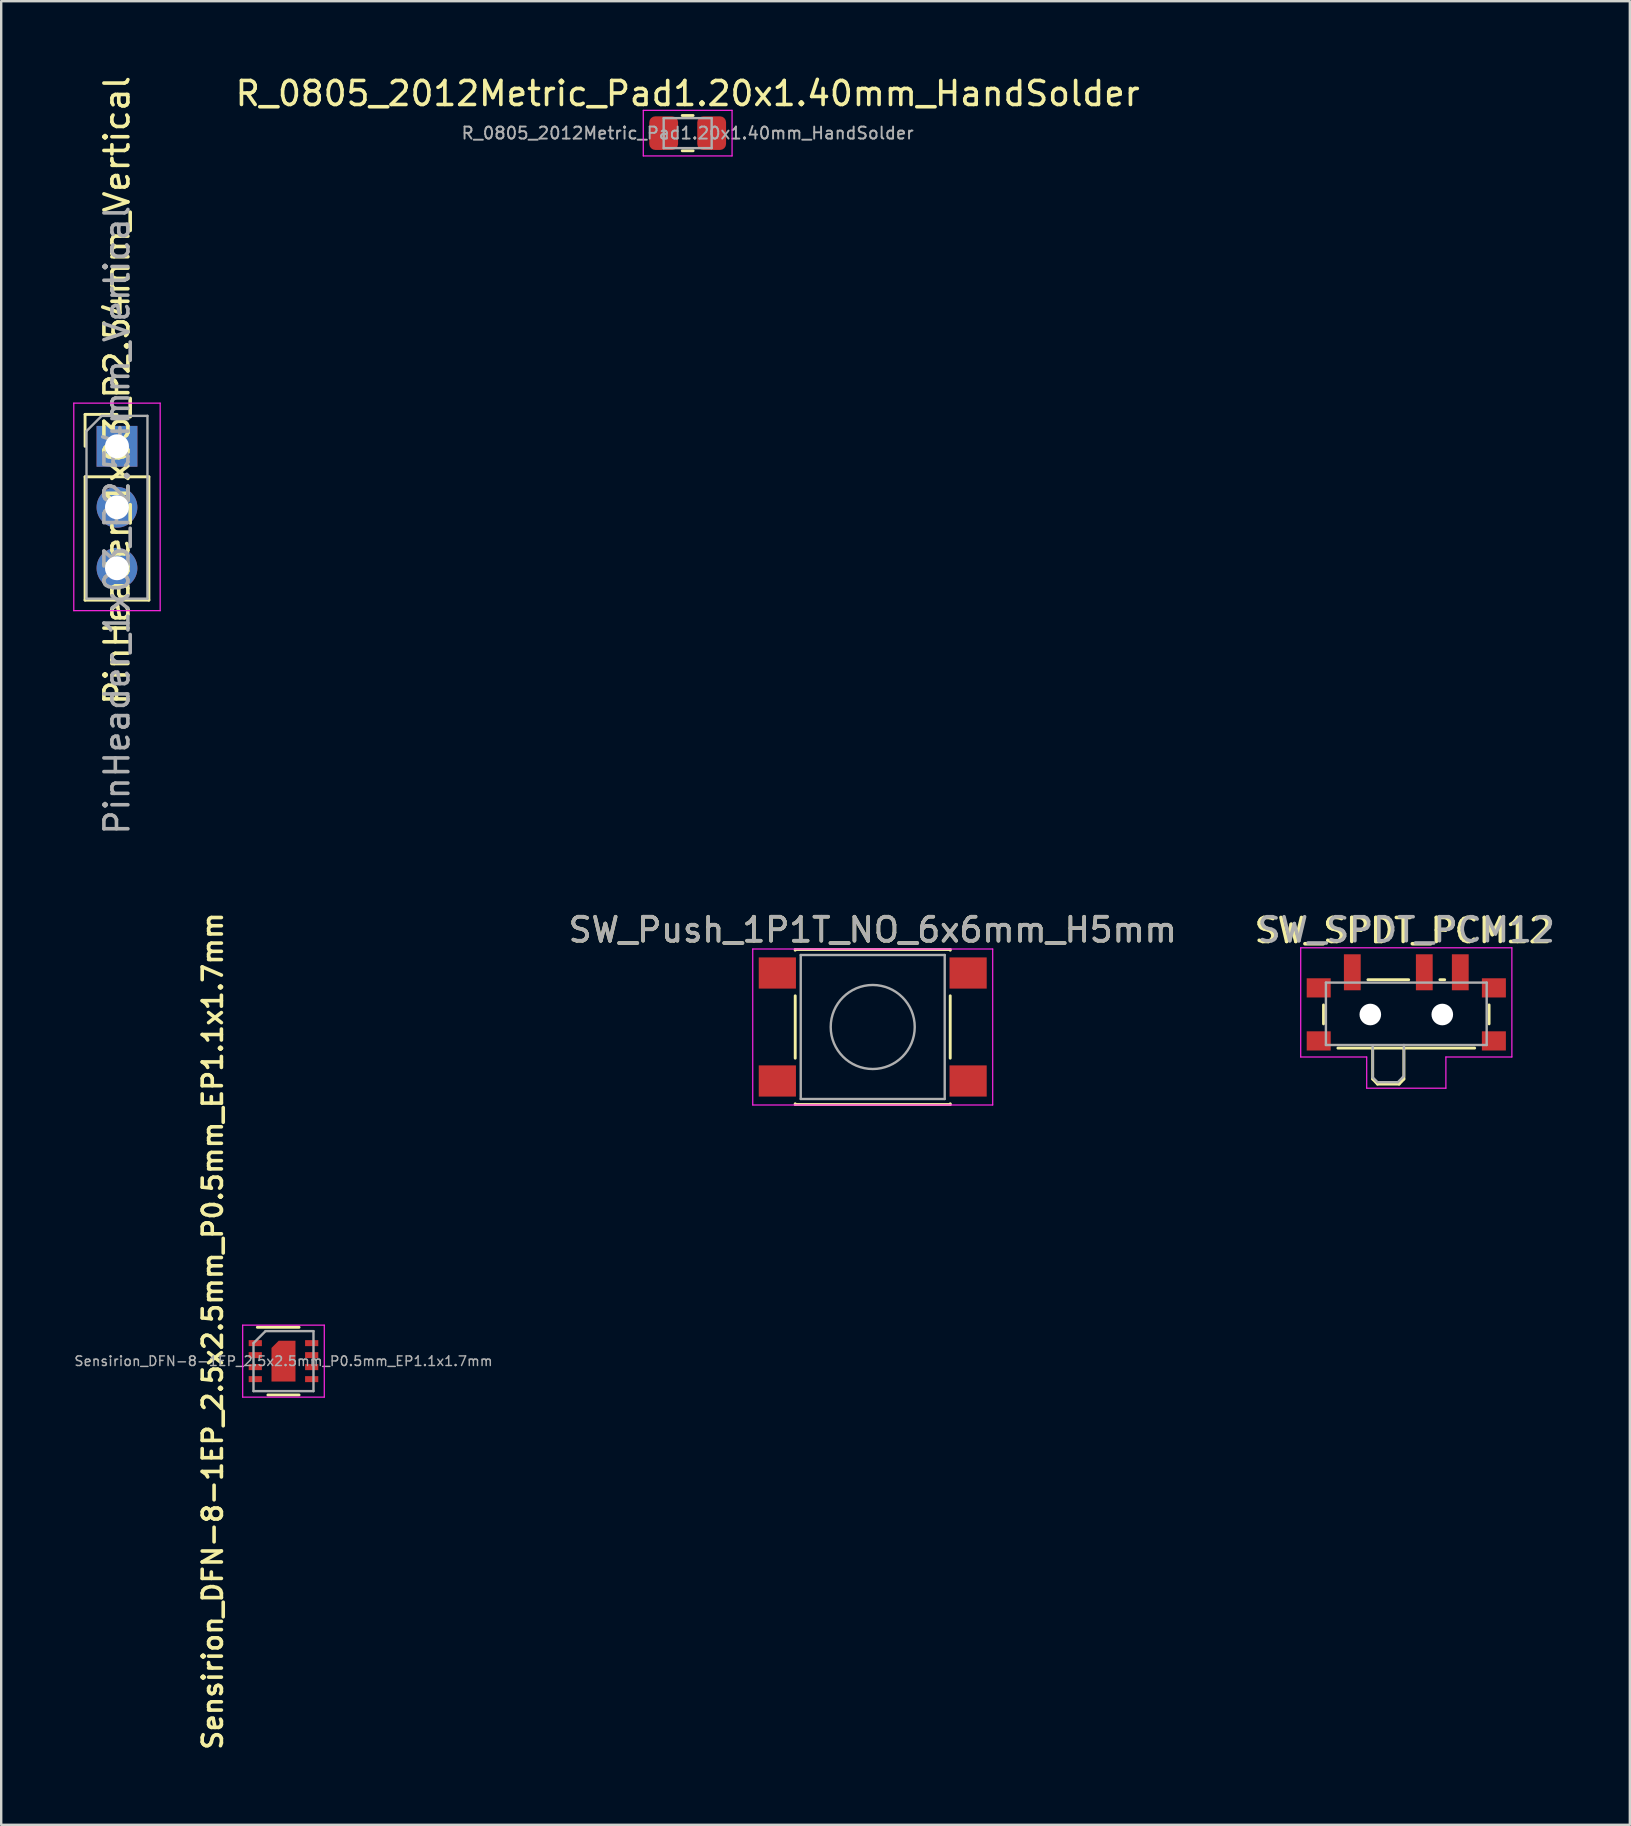
<source format=kicad_pcb>
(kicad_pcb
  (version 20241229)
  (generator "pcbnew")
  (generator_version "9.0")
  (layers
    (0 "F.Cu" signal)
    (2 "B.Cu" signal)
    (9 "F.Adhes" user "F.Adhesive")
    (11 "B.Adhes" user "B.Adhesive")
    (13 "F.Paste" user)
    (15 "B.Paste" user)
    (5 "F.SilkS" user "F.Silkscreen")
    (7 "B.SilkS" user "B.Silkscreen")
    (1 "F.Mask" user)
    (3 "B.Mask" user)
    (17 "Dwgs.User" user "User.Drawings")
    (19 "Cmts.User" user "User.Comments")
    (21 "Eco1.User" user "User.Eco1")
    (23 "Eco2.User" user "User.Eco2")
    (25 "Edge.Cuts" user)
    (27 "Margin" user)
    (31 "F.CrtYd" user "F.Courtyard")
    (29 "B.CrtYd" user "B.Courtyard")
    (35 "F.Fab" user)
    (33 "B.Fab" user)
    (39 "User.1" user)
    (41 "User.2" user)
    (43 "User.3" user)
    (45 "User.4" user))
  (footprint "PinHeader_1x03_P2.54mm_Vertical"
    (layer "F.Cu")
    (at 1.825 15.55)
    (property "Reference" "PinHeader_1x03_P2.54mm_Vertical" (at 0 -2.33 90) (layer "F.SilkS") (effects (font (size 1 1) (thickness 0.15))))
    (attr through_hole)
    (fp_line (start -1.33 -1.33) (end 0 -1.33) (stroke (width 0.12) (type solid)) (layer "F.SilkS"))
    (fp_line (start -1.33 0) (end -1.33 -1.33) (stroke (width 0.12) (type solid)) (layer "F.SilkS"))
    (fp_line (start -1.33 1.27) (end -1.33 6.41) (stroke (width 0.12) (type solid)) (layer "F.SilkS"))
    (fp_line (start -1.33 1.27) (end 1.33 1.27) (stroke (width 0.12) (type solid)) (layer "F.SilkS"))
    (fp_line (start -1.33 6.41) (end 1.33 6.41) (stroke (width 0.12) (type solid)) (layer "F.SilkS"))
    (fp_line (start 1.33 1.27) (end 1.33 6.41) (stroke (width 0.12) (type solid)) (layer "F.SilkS"))
    (fp_line (start -1.8 -1.8) (end -1.8 6.85) (stroke (width 0.05) (type solid)) (layer "F.CrtYd"))
    (fp_line (start -1.8 6.85) (end 1.8 6.85) (stroke (width 0.05) (type solid)) (layer "F.CrtYd"))
    (fp_line (start 1.8 -1.8) (end -1.8 -1.8) (stroke (width 0.05) (type solid)) (layer "F.CrtYd"))
    (fp_line (start 1.8 6.85) (end 1.8 -1.8) (stroke (width 0.05) (type solid)) (layer "F.CrtYd"))
    (fp_line (start -1.27 -0.635) (end -0.635 -1.27) (stroke (width 0.1) (type solid)) (layer "F.Fab"))
    (fp_line (start -1.27 6.35) (end -1.27 -0.635) (stroke (width 0.1) (type solid)) (layer "F.Fab"))
    (fp_line (start -0.635 -1.27) (end 1.27 -1.27) (stroke (width 0.1) (type solid)) (layer "F.Fab"))
    (fp_line (start 1.27 -1.27) (end 1.27 6.35) (stroke (width 0.1) (type solid)) (layer "F.Fab"))
    (fp_line (start 1.27 6.35) (end -1.27 6.35) (stroke (width 0.1) (type solid)) (layer "F.Fab"))
    (fp_text user "${REFERENCE}" (at 0 3.08 90) (layer "F.Fab") (effects (font (size 1 1) (thickness 0.15))))
    (pad "1" thru_hole rect (at 0 0) (size 1.7 1.7) (drill 1) (layers "*.Cu" "*.Mask"))
    (pad "2" thru_hole oval (at 0 2.54) (size 1.7 1.7) (drill 1) (layers "*.Cu" "*.Mask"))
    (pad "3" thru_hole oval (at 0 5.08) (size 1.7 1.7) (drill 1) (layers "*.Cu" "*.Mask")))
  (footprint "SW_SPDT_PCM12"
    (layer "F.Cu")
    (at 55.556 38.899)
    (property "Reference" "SW_SPDT_PCM12" (at -0.129 -3.17 180) (layer "F.SilkS") (effects (font (size 1 1) (thickness 0.15))))
    (attr smd)
    (fp_line (start -3.45 -0.07) (end -3.45 0.72) (stroke (width 0.12) (type solid)) (layer "F.SilkS"))
    (fp_line (start -2.85 1.73) (end 2.85 1.73) (stroke (width 0.12) (type solid)) (layer "F.SilkS"))
    (fp_line (start -1.6 -1.12) (end 0.1 -1.12) (stroke (width 0.12) (type solid)) (layer "F.SilkS"))
    (fp_line (start -1.4 1.73) (end -1.4 3.02) (stroke (width 0.12) (type solid)) (layer "F.SilkS"))
    (fp_line (start -1.4 3.02) (end -1.2 3.23) (stroke (width 0.12) (type solid)) (layer "F.SilkS"))
    (fp_line (start -1.2 3.23) (end -0.3 3.23) (stroke (width 0.12) (type solid)) (layer "F.SilkS"))
    (fp_line (start -0.1 3.02) (end -0.3 3.23) (stroke (width 0.12) (type solid)) (layer "F.SilkS"))
    (fp_line (start -0.1 3.02) (end -0.1 1.73) (stroke (width 0.12) (type solid)) (layer "F.SilkS"))
    (fp_line (start 1.4 -1.12) (end 1.6 -1.12) (stroke (width 0.12) (type solid)) (layer "F.SilkS"))
    (fp_line (start 3.45 0.72) (end 3.45 -0.07) (stroke (width 0.12) (type solid)) (layer "F.SilkS"))
    (fp_line (start -4.4 -2.45) (end 4.4 -2.45) (stroke (width 0.05) (type solid)) (layer "F.CrtYd"))
    (fp_line (start -4.4 2.1) (end -4.4 -2.45) (stroke (width 0.05) (type solid)) (layer "F.CrtYd"))
    (fp_line (start -1.65 2.1) (end -4.4 2.1) (stroke (width 0.05) (type solid)) (layer "F.CrtYd"))
    (fp_line (start -1.65 3.4) (end -1.65 2.1) (stroke (width 0.05) (type solid)) (layer "F.CrtYd"))
    (fp_line (start 1.65 2.1) (end 1.65 3.4) (stroke (width 0.05) (type solid)) (layer "F.CrtYd"))
    (fp_line (start 1.65 3.4) (end -1.65 3.4) (stroke (width 0.05) (type solid)) (layer "F.CrtYd"))
    (fp_line (start 4.4 -2.45) (end 4.4 2.1) (stroke (width 0.05) (type solid)) (layer "F.CrtYd"))
    (fp_line (start 4.4 2.1) (end 1.65 2.1) (stroke (width 0.05) (type solid)) (layer "F.CrtYd"))
    (fp_line (start -3.35 -1) (end -3.35 1.6) (stroke (width 0.1) (type solid)) (layer "F.Fab"))
    (fp_line (start -3.35 1.6) (end 3.35 1.6) (stroke (width 0.1) (type solid)) (layer "F.Fab"))
    (fp_line (start -1.4 1.65) (end -1.4 2.95) (stroke (width 0.1) (type solid)) (layer "F.Fab"))
    (fp_line (start -1.4 2.95) (end -1.2 3.15) (stroke (width 0.1) (type solid)) (layer "F.Fab"))
    (fp_line (start -1.2 3.15) (end -0.35 3.15) (stroke (width 0.1) (type solid)) (layer "F.Fab"))
    (fp_line (start -0.35 3.15) (end -0.15 2.95) (stroke (width 0.1) (type solid)) (layer "F.Fab"))
    (fp_line (start -0.15 2.95) (end -0.1 2.9) (stroke (width 0.1) (type solid)) (layer "F.Fab"))
    (fp_line (start -0.1 2.9) (end -0.1 1.6) (stroke (width 0.1) (type solid)) (layer "F.Fab"))
    (fp_line (start 3.35 -1) (end -3.35 -1) (stroke (width 0.1) (type solid)) (layer "F.Fab"))
    (fp_line (start 3.35 1.6) (end 3.35 -1) (stroke (width 0.1) (type solid)) (layer "F.Fab"))
    (fp_text user "${REFERENCE}" (at 0 -3.2 180) (layer "F.Fab") (effects (font (size 1 1) (thickness 0.15))))
    (pad "" smd rect (at -3.65 -0.78) (size 1 0.8) (layers "F.Cu" "F.Mask" "F.Paste"))
    (pad "" smd rect (at -3.65 1.43) (size 1 0.8) (layers "F.Cu" "F.Mask" "F.Paste"))
    (pad "" np_thru_hole circle (at -1.5 0.33) (size 0.9 0.9) (drill 0.9) (layers "*.Cu" "*.Mask"))
    (pad "" np_thru_hole circle (at 1.5 0.33) (size 0.9 0.9) (drill 0.9) (layers "*.Cu" "*.Mask"))
    (pad "" smd rect (at 3.65 -0.78) (size 1 0.8) (layers "F.Cu" "F.Mask" "F.Paste"))
    (pad "" smd rect (at 3.65 1.43) (size 1 0.8) (layers "F.Cu" "F.Mask" "F.Paste"))
    (pad "1" smd rect (at -2.25 -1.43) (size 0.7 1.5) (layers "F.Cu" "F.Mask" "F.Paste"))
    (pad "2" smd rect (at 0.75 -1.43) (size 0.7 1.5) (layers "F.Cu" "F.Mask" "F.Paste"))
    (pad "3" smd rect (at 2.25 -1.43) (size 0.7 1.5) (layers "F.Cu" "F.Mask" "F.Paste")))
  (footprint "R_0805_2012Metric_Pad1.20x1.40mm_HandSolder"
    (layer "F.Cu")
    (at 25.608 2.498)
    (property "Reference" "R_0805_2012Metric_Pad1.20x1.40mm_HandSolder" (at 0 -1.65 0) (layer "F.SilkS") (effects (font (size 1 1) (thickness 0.15))))
    (attr smd)
    (fp_line (start -0.227 -0.735) (end 0.227 -0.735) (stroke (width 0.12) (type solid)) (layer "F.SilkS"))
    (fp_line (start -0.227 0.735) (end 0.227 0.735) (stroke (width 0.12) (type solid)) (layer "F.SilkS"))
    (fp_line (start -1.85 -0.95) (end 1.85 -0.95) (stroke (width 0.05) (type solid)) (layer "F.CrtYd"))
    (fp_line (start -1.85 0.95) (end -1.85 -0.95) (stroke (width 0.05) (type solid)) (layer "F.CrtYd"))
    (fp_line (start 1.85 -0.95) (end 1.85 0.95) (stroke (width 0.05) (type solid)) (layer "F.CrtYd"))
    (fp_line (start 1.85 0.95) (end -1.85 0.95) (stroke (width 0.05) (type solid)) (layer "F.CrtYd"))
    (fp_line (start -1 -0.625) (end 1 -0.625) (stroke (width 0.1) (type solid)) (layer "F.Fab"))
    (fp_line (start -1 0.625) (end -1 -0.625) (stroke (width 0.1) (type solid)) (layer "F.Fab"))
    (fp_line (start 1 -0.625) (end 1 0.625) (stroke (width 0.1) (type solid)) (layer "F.Fab"))
    (fp_line (start 1 0.625) (end -1 0.625) (stroke (width 0.1) (type solid)) (layer "F.Fab"))
    (fp_text user "${REFERENCE}" (at 0 0 0) (layer "F.Fab") (effects (font (size 0.5 0.5) (thickness 0.08))))
    (pad "1" smd roundrect (at -1 0) (size 1.2 1.4) (layers "F.Cu" "F.Mask" "F.Paste") (roundrect_rratio 0.208))
    (pad "2" smd roundrect (at 1 0) (size 1.2 1.4) (layers "F.Cu" "F.Mask" "F.Paste") (roundrect_rratio 0.208)))
  (footprint "Sensirion_DFN-8-1EP_2.5x2.5mm_P0.5mm_EP1.1x1.7mm"
    (layer "F.Cu")
    (at 8.764 53.674)
    (property "Reference" "Sensirion_DFN-8-1EP_2.5x2.5mm_P0.5mm_EP1.1x1.7mm" (at -2.95 -1.25 270) (layer "F.SilkS") (effects (font (size 0.8 0.8) (thickness 0.15))))
    (attr smd)
    (fp_line (start -1.09 -1.41) (end 0.65 -1.41) (stroke (width 0.12) (type solid)) (layer "F.SilkS"))
    (fp_line (start -0.65 1.41) (end 0.65 1.41) (stroke (width 0.12) (type solid)) (layer "F.SilkS"))
    (fp_line (start -1.7 -1.5) (end -1.7 1.5) (stroke (width 0.05) (type solid)) (layer "F.CrtYd"))
    (fp_line (start -1.7 -1.5) (end 1.7 -1.5) (stroke (width 0.05) (type solid)) (layer "F.CrtYd"))
    (fp_line (start -1.7 1.5) (end 1.7 1.5) (stroke (width 0.05) (type solid)) (layer "F.CrtYd"))
    (fp_line (start 1.7 -1.5) (end 1.7 1.5) (stroke (width 0.05) (type solid)) (layer "F.CrtYd"))
    (fp_line (start -1.25 -0.75) (end -0.75 -1.25) (stroke (width 0.1) (type solid)) (layer "F.Fab"))
    (fp_line (start -1.25 1.25) (end -1.25 -0.75) (stroke (width 0.1) (type solid)) (layer "F.Fab"))
    (fp_line (start -0.75 -1.25) (end 1.25 -1.25) (stroke (width 0.1) (type solid)) (layer "F.Fab"))
    (fp_line (start 1.25 -1.25) (end 1.25 1.25) (stroke (width 0.1) (type solid)) (layer "F.Fab"))
    (fp_line (start 1.25 1.25) (end -1.25 1.25) (stroke (width 0.1) (type solid)) (layer "F.Fab"))
    (fp_text user "${REFERENCE}" (at 0 0 180) (layer "F.Fab") (effects (font (size 0.4 0.4) (thickness 0.06))))
    (pad "" smd custom (at 0 0) (size 0.9 0.9) (layers "F.Paste") (options (anchor rect)) (primitives (gr_poly (pts (xy 0.45 0.8) (xy -0.45 0.8) (xy -0.45 -0.53) (xy -0.18 -0.8) (xy 0.45 -0.8)) (width 0) (fill yes))))
    (pad "1" smd rect (at -1.175 -0.75) (size 0.55 0.25) (layers "F.Cu" "F.Mask" "F.Paste"))
    (pad "2" smd rect (at -1.175 -0.25) (size 0.55 0.25) (layers "F.Cu" "F.Mask" "F.Paste"))
    (pad "3" smd rect (at -1.175 0.25) (size 0.55 0.25) (layers "F.Cu" "F.Mask" "F.Paste"))
    (pad "4" smd rect (at -1.175 0.75 180) (size 0.55 0.25) (layers "F.Cu" "F.Mask" "F.Paste"))
    (pad "5" smd rect (at 1.175 0.75) (size 0.55 0.25) (layers "F.Cu" "F.Mask" "F.Paste"))
    (pad "6" smd rect (at 1.175 0.25) (size 0.55 0.25) (layers "F.Cu" "F.Mask" "F.Paste"))
    (pad "7" smd rect (at 1.175 -0.25) (size 0.55 0.25) (layers "F.Cu" "F.Mask" "F.Paste"))
    (pad "8" smd rect (at 1.175 -0.75) (size 0.55 0.25) (layers "F.Cu" "F.Mask" "F.Paste"))
    (pad "9" smd custom (at 0 0) (size 1 1) (layers "F.Cu" "F.Mask") (options (anchor circle)) (primitives (gr_poly (pts (xy 0.5 0.85) (xy -0.5 0.85) (xy -0.5 -0.55) (xy -0.2 -0.85) (xy 0.5 -0.85)) (width 0) (fill yes)))))
  (footprint "SW_Push_1P1T_NO_6x6mm_H5mm"
    (layer "F.Cu")
    (at 33.32 39.749)
    (property "Reference" "SW_Push_1P1T_NO_6x6mm_H5mm" (at 0 -4.05 0) (layer "F.SilkS") (effects (font (size 1 1) (thickness 0.15))))
    (attr smd)
    (fp_line (start -3.23 -3.23) (end 3.23 -3.23) (stroke (width 0.12) (type solid)) (layer "F.SilkS"))
    (fp_line (start -3.23 -3.2) (end -3.23 -3.23) (stroke (width 0.12) (type solid)) (layer "F.SilkS"))
    (fp_line (start -3.23 -1.3) (end -3.23 1.3) (stroke (width 0.12) (type solid)) (layer "F.SilkS"))
    (fp_line (start -3.23 3.23) (end -3.23 3.2) (stroke (width 0.12) (type solid)) (layer "F.SilkS"))
    (fp_line (start -3.23 3.23) (end 3.23 3.23) (stroke (width 0.12) (type solid)) (layer "F.SilkS"))
    (fp_line (start 3.23 -3.23) (end 3.23 -3.2) (stroke (width 0.12) (type solid)) (layer "F.SilkS"))
    (fp_line (start 3.23 -1.3) (end 3.23 1.3) (stroke (width 0.12) (type solid)) (layer "F.SilkS"))
    (fp_line (start 3.23 3.23) (end 3.23 3.2) (stroke (width 0.12) (type solid)) (layer "F.SilkS"))
    (fp_line (start -5 -3.25) (end -5 3.25) (stroke (width 0.05) (type solid)) (layer "F.CrtYd"))
    (fp_line (start -5 -3.25) (end 5 -3.25) (stroke (width 0.05) (type solid)) (layer "F.CrtYd"))
    (fp_line (start -5 3.25) (end 5 3.25) (stroke (width 0.05) (type solid)) (layer "F.CrtYd"))
    (fp_line (start 5 3.25) (end 5 -3.25) (stroke (width 0.05) (type solid)) (layer "F.CrtYd"))
    (fp_line (start -3 -3) (end -3 3) (stroke (width 0.1) (type solid)) (layer "F.Fab"))
    (fp_line (start -3 3) (end 3 3) (stroke (width 0.1) (type solid)) (layer "F.Fab"))
    (fp_line (start 3 -3) (end -3 -3) (stroke (width 0.1) (type solid)) (layer "F.Fab"))
    (fp_line (start 3 3) (end 3 -3) (stroke (width 0.1) (type solid)) (layer "F.Fab"))
    (fp_circle (center 0 0) (end 1.75 -0.05) (stroke (width 0.1) (type solid)) (fill no) (layer "F.Fab"))
    (fp_text user "${REFERENCE}" (at 0 -4.05 0) (layer "F.Fab") (effects (font (size 1 1) (thickness 0.15))))
    (pad "1" smd rect (at -3.975 -2.25) (size 1.55 1.3) (layers "F.Cu" "F.Mask" "F.Paste"))
    (pad "1" smd rect (at 3.975 -2.25) (size 1.55 1.3) (layers "F.Cu" "F.Mask" "F.Paste"))
    (pad "2" smd rect (at -3.975 2.25) (size 1.55 1.3) (layers "F.Cu" "F.Mask" "F.Paste"))
    (pad "2" smd rect (at 3.975 2.25) (size 1.55 1.3) (layers "F.Cu" "F.Mask" "F.Paste")))
  (gr_rect
    (start -3 -3)
    (end 64.872 72.998)
    (stroke (width 0.1) (type default))
    (fill no)
    (layer "Edge.Cuts")))
</source>
